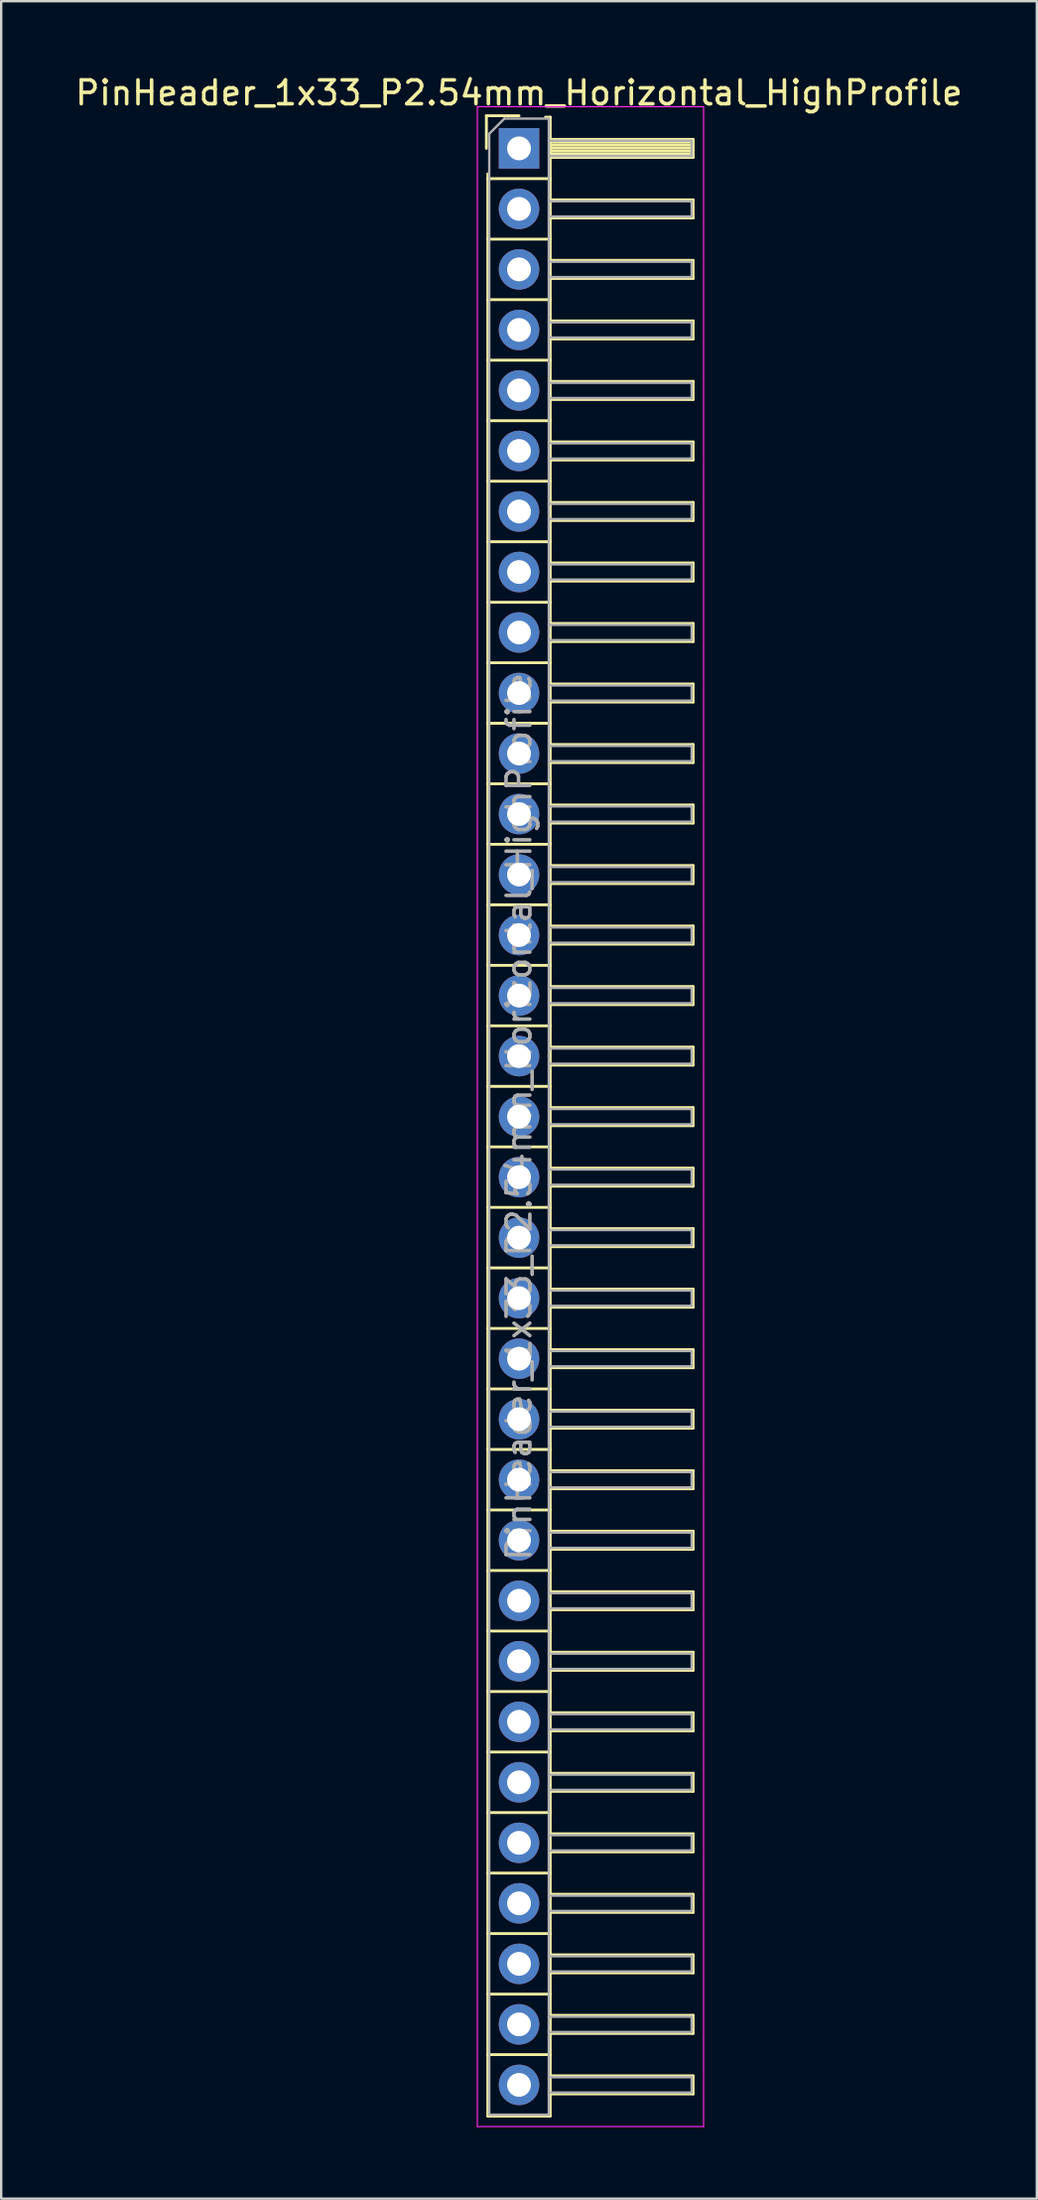
<source format=kicad_pcb>
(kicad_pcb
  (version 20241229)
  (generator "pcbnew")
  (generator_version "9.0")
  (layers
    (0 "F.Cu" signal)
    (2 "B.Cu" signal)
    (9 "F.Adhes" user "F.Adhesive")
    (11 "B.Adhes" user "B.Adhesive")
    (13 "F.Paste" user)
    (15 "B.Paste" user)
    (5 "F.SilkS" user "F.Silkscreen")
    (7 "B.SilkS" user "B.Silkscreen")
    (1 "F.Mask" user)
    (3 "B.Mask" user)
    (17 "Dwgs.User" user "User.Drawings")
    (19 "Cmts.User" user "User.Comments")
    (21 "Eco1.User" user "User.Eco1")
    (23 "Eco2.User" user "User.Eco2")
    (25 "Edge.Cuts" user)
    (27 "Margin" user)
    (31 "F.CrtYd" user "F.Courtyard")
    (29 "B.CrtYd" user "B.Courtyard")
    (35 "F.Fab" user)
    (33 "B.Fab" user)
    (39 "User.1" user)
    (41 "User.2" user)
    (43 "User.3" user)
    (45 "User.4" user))
  (footprint "PinHeader_1x33_P2.54mm_Horizontal_HighProfile"
    (layer "F.Cu")
    (at 18.744 3.178)
    (property "Reference" "PinHeader_1x33_P2.54mm_Horizontal_HighProfile" (at 0 -2.33 0) (layer "F.SilkS") (effects (font (size 1 1) (thickness 0.15))))
    (attr through_hole)
    (fp_line (start -1.37 -1.37) (end -1.37 0) (stroke (width 0.12) (type solid)) (layer "F.SilkS"))
    (fp_line (start -1.37 -1.37) (end 0 -1.37) (stroke (width 0.12) (type solid)) (layer "F.SilkS"))
    (fp_line (start -1.31 1.27) (end -1.31 1.07) (stroke (width 0.12) (type solid)) (layer "F.SilkS"))
    (fp_line (start -1.31 1.27) (end -1.31 3.81) (stroke (width 0.12) (type solid)) (layer "F.SilkS"))
    (fp_line (start -1.31 1.27) (end 1.31 1.27) (stroke (width 0.12) (type solid)) (layer "F.SilkS"))
    (fp_line (start -1.31 3.81) (end -1.31 6.35) (stroke (width 0.12) (type solid)) (layer "F.SilkS"))
    (fp_line (start -1.31 3.81) (end 1.31 3.81) (stroke (width 0.12) (type solid)) (layer "F.SilkS"))
    (fp_line (start -1.31 6.35) (end -1.31 8.89) (stroke (width 0.12) (type solid)) (layer "F.SilkS"))
    (fp_line (start -1.31 6.35) (end 1.31 6.35) (stroke (width 0.12) (type solid)) (layer "F.SilkS"))
    (fp_line (start -1.31 8.89) (end -1.31 11.43) (stroke (width 0.12) (type solid)) (layer "F.SilkS"))
    (fp_line (start -1.31 8.89) (end 1.31 8.89) (stroke (width 0.12) (type solid)) (layer "F.SilkS"))
    (fp_line (start -1.31 11.43) (end -1.31 13.97) (stroke (width 0.12) (type solid)) (layer "F.SilkS"))
    (fp_line (start -1.31 11.43) (end 1.31 11.43) (stroke (width 0.12) (type solid)) (layer "F.SilkS"))
    (fp_line (start -1.31 13.97) (end -1.31 16.51) (stroke (width 0.12) (type solid)) (layer "F.SilkS"))
    (fp_line (start -1.31 13.97) (end 1.31 13.97) (stroke (width 0.12) (type solid)) (layer "F.SilkS"))
    (fp_line (start -1.31 16.51) (end -1.31 19.05) (stroke (width 0.12) (type solid)) (layer "F.SilkS"))
    (fp_line (start -1.31 16.51) (end 1.31 16.51) (stroke (width 0.12) (type solid)) (layer "F.SilkS"))
    (fp_line (start -1.31 19.05) (end -1.31 21.59) (stroke (width 0.12) (type solid)) (layer "F.SilkS"))
    (fp_line (start -1.31 19.05) (end 1.31 19.05) (stroke (width 0.12) (type solid)) (layer "F.SilkS"))
    (fp_line (start -1.31 21.59) (end -1.31 24.13) (stroke (width 0.12) (type solid)) (layer "F.SilkS"))
    (fp_line (start -1.31 21.59) (end 1.31 21.59) (stroke (width 0.12) (type solid)) (layer "F.SilkS"))
    (fp_line (start -1.31 24.13) (end -1.31 26.67) (stroke (width 0.12) (type solid)) (layer "F.SilkS"))
    (fp_line (start -1.31 24.13) (end 1.31 24.13) (stroke (width 0.12) (type solid)) (layer "F.SilkS"))
    (fp_line (start -1.31 26.67) (end -1.31 29.21) (stroke (width 0.12) (type solid)) (layer "F.SilkS"))
    (fp_line (start -1.31 26.67) (end 1.31 26.67) (stroke (width 0.12) (type solid)) (layer "F.SilkS"))
    (fp_line (start -1.31 29.21) (end -1.31 31.75) (stroke (width 0.12) (type solid)) (layer "F.SilkS"))
    (fp_line (start -1.31 29.21) (end 1.31 29.21) (stroke (width 0.12) (type solid)) (layer "F.SilkS"))
    (fp_line (start -1.31 31.75) (end -1.31 34.29) (stroke (width 0.12) (type solid)) (layer "F.SilkS"))
    (fp_line (start -1.31 31.75) (end 1.31 31.75) (stroke (width 0.12) (type solid)) (layer "F.SilkS"))
    (fp_line (start -1.31 34.29) (end -1.31 36.83) (stroke (width 0.12) (type solid)) (layer "F.SilkS"))
    (fp_line (start -1.31 34.29) (end 1.31 34.29) (stroke (width 0.12) (type solid)) (layer "F.SilkS"))
    (fp_line (start -1.31 36.83) (end -1.31 39.37) (stroke (width 0.12) (type solid)) (layer "F.SilkS"))
    (fp_line (start -1.31 36.83) (end 1.31 36.83) (stroke (width 0.12) (type solid)) (layer "F.SilkS"))
    (fp_line (start -1.31 39.37) (end -1.31 41.91) (stroke (width 0.12) (type solid)) (layer "F.SilkS"))
    (fp_line (start -1.31 39.37) (end 1.31 39.37) (stroke (width 0.12) (type solid)) (layer "F.SilkS"))
    (fp_line (start -1.31 41.91) (end -1.31 44.45) (stroke (width 0.12) (type solid)) (layer "F.SilkS"))
    (fp_line (start -1.31 41.91) (end 1.31 41.91) (stroke (width 0.12) (type solid)) (layer "F.SilkS"))
    (fp_line (start -1.31 44.45) (end -1.31 46.99) (stroke (width 0.12) (type solid)) (layer "F.SilkS"))
    (fp_line (start -1.31 44.45) (end 1.31 44.45) (stroke (width 0.12) (type solid)) (layer "F.SilkS"))
    (fp_line (start -1.31 46.99) (end -1.31 49.53) (stroke (width 0.12) (type solid)) (layer "F.SilkS"))
    (fp_line (start -1.31 46.99) (end 1.31 46.99) (stroke (width 0.12) (type solid)) (layer "F.SilkS"))
    (fp_line (start -1.31 49.53) (end -1.31 52.07) (stroke (width 0.12) (type solid)) (layer "F.SilkS"))
    (fp_line (start -1.31 49.53) (end 1.31 49.53) (stroke (width 0.12) (type solid)) (layer "F.SilkS"))
    (fp_line (start -1.31 52.07) (end -1.31 54.61) (stroke (width 0.12) (type solid)) (layer "F.SilkS"))
    (fp_line (start -1.31 52.07) (end 1.31 52.07) (stroke (width 0.12) (type solid)) (layer "F.SilkS"))
    (fp_line (start -1.31 54.61) (end -1.31 57.15) (stroke (width 0.12) (type solid)) (layer "F.SilkS"))
    (fp_line (start -1.31 54.61) (end 1.31 54.61) (stroke (width 0.12) (type solid)) (layer "F.SilkS"))
    (fp_line (start -1.31 57.15) (end -1.31 59.69) (stroke (width 0.12) (type solid)) (layer "F.SilkS"))
    (fp_line (start -1.31 57.15) (end 1.31 57.15) (stroke (width 0.12) (type solid)) (layer "F.SilkS"))
    (fp_line (start -1.31 59.69) (end -1.31 62.23) (stroke (width 0.12) (type solid)) (layer "F.SilkS"))
    (fp_line (start -1.31 59.69) (end 1.31 59.69) (stroke (width 0.12) (type solid)) (layer "F.SilkS"))
    (fp_line (start -1.31 62.23) (end -1.31 64.77) (stroke (width 0.12) (type solid)) (layer "F.SilkS"))
    (fp_line (start -1.31 62.23) (end 1.31 62.23) (stroke (width 0.12) (type solid)) (layer "F.SilkS"))
    (fp_line (start -1.31 64.77) (end -1.31 67.31) (stroke (width 0.12) (type solid)) (layer "F.SilkS"))
    (fp_line (start -1.31 64.77) (end 1.31 64.77) (stroke (width 0.12) (type solid)) (layer "F.SilkS"))
    (fp_line (start -1.31 67.31) (end -1.31 69.85) (stroke (width 0.12) (type solid)) (layer "F.SilkS"))
    (fp_line (start -1.31 67.31) (end 1.31 67.31) (stroke (width 0.12) (type solid)) (layer "F.SilkS"))
    (fp_line (start -1.31 69.85) (end -1.31 72.39) (stroke (width 0.12) (type solid)) (layer "F.SilkS"))
    (fp_line (start -1.31 69.85) (end 1.31 69.85) (stroke (width 0.12) (type solid)) (layer "F.SilkS"))
    (fp_line (start -1.31 72.39) (end -1.31 74.93) (stroke (width 0.12) (type solid)) (layer "F.SilkS"))
    (fp_line (start -1.31 72.39) (end 1.31 72.39) (stroke (width 0.12) (type solid)) (layer "F.SilkS"))
    (fp_line (start -1.31 74.93) (end -1.31 77.47) (stroke (width 0.12) (type solid)) (layer "F.SilkS"))
    (fp_line (start -1.31 74.93) (end 1.31 74.93) (stroke (width 0.12) (type solid)) (layer "F.SilkS"))
    (fp_line (start -1.31 77.47) (end -1.31 80.01) (stroke (width 0.12) (type solid)) (layer "F.SilkS"))
    (fp_line (start -1.31 77.47) (end 1.31 77.47) (stroke (width 0.12) (type solid)) (layer "F.SilkS"))
    (fp_line (start -1.31 80.01) (end -1.31 82.59) (stroke (width 0.12) (type solid)) (layer "F.SilkS"))
    (fp_line (start -1.31 80.01) (end 1.31 80.01) (stroke (width 0.12) (type solid)) (layer "F.SilkS"))
    (fp_line (start -1.31 82.59) (end 1.31 82.59) (stroke (width 0.12) (type solid)) (layer "F.SilkS"))
    (fp_line (start 1.11 -1.31) (end 1.31 -1.31) (stroke (width 0.12) (type solid)) (layer "F.SilkS"))
    (fp_line (start 1.31 -1.31) (end 1.31 1.31) (stroke (width 0.12) (type solid)) (layer "F.SilkS"))
    (fp_line (start 1.31 -0.38) (end 7.31 -0.38) (stroke (width 0.12) (type solid)) (layer "F.SilkS"))
    (fp_line (start 1.31 -0.26) (end 7.31 -0.26) (stroke (width 0.12) (type solid)) (layer "F.SilkS"))
    (fp_line (start 1.31 -0.14) (end 7.31 -0.14) (stroke (width 0.12) (type solid)) (layer "F.SilkS"))
    (fp_line (start 1.31 -0.02) (end 7.31 -0.02) (stroke (width 0.12) (type solid)) (layer "F.SilkS"))
    (fp_line (start 1.31 0.1) (end 7.31 0.1) (stroke (width 0.12) (type solid)) (layer "F.SilkS"))
    (fp_line (start 1.31 0.22) (end 7.31 0.22) (stroke (width 0.12) (type solid)) (layer "F.SilkS"))
    (fp_line (start 1.31 0.34) (end 7.31 0.34) (stroke (width 0.12) (type solid)) (layer "F.SilkS"))
    (fp_line (start 1.31 0.38) (end 7.31 0.38) (stroke (width 0.12) (type solid)) (layer "F.SilkS"))
    (fp_line (start 1.31 1.27) (end 1.31 3.81) (stroke (width 0.12) (type solid)) (layer "F.SilkS"))
    (fp_line (start 1.31 2.16) (end 7.31 2.16) (stroke (width 0.12) (type solid)) (layer "F.SilkS"))
    (fp_line (start 1.31 2.92) (end 7.31 2.92) (stroke (width 0.12) (type solid)) (layer "F.SilkS"))
    (fp_line (start 1.31 3.81) (end 1.31 6.35) (stroke (width 0.12) (type solid)) (layer "F.SilkS"))
    (fp_line (start 1.31 4.7) (end 7.31 4.7) (stroke (width 0.12) (type solid)) (layer "F.SilkS"))
    (fp_line (start 1.31 5.46) (end 7.31 5.46) (stroke (width 0.12) (type solid)) (layer "F.SilkS"))
    (fp_line (start 1.31 6.35) (end 1.31 8.89) (stroke (width 0.12) (type solid)) (layer "F.SilkS"))
    (fp_line (start 1.31 7.24) (end 7.31 7.24) (stroke (width 0.12) (type solid)) (layer "F.SilkS"))
    (fp_line (start 1.31 8) (end 7.31 8) (stroke (width 0.12) (type solid)) (layer "F.SilkS"))
    (fp_line (start 1.31 8.89) (end 1.31 11.43) (stroke (width 0.12) (type solid)) (layer "F.SilkS"))
    (fp_line (start 1.31 9.78) (end 7.31 9.78) (stroke (width 0.12) (type solid)) (layer "F.SilkS"))
    (fp_line (start 1.31 10.54) (end 7.31 10.54) (stroke (width 0.12) (type solid)) (layer "F.SilkS"))
    (fp_line (start 1.31 11.43) (end 1.31 13.97) (stroke (width 0.12) (type solid)) (layer "F.SilkS"))
    (fp_line (start 1.31 12.32) (end 7.31 12.32) (stroke (width 0.12) (type solid)) (layer "F.SilkS"))
    (fp_line (start 1.31 13.08) (end 7.31 13.08) (stroke (width 0.12) (type solid)) (layer "F.SilkS"))
    (fp_line (start 1.31 13.97) (end 1.31 16.51) (stroke (width 0.12) (type solid)) (layer "F.SilkS"))
    (fp_line (start 1.31 14.86) (end 7.31 14.86) (stroke (width 0.12) (type solid)) (layer "F.SilkS"))
    (fp_line (start 1.31 15.62) (end 7.31 15.62) (stroke (width 0.12) (type solid)) (layer "F.SilkS"))
    (fp_line (start 1.31 16.51) (end 1.31 19.05) (stroke (width 0.12) (type solid)) (layer "F.SilkS"))
    (fp_line (start 1.31 17.4) (end 7.31 17.4) (stroke (width 0.12) (type solid)) (layer "F.SilkS"))
    (fp_line (start 1.31 18.16) (end 7.31 18.16) (stroke (width 0.12) (type solid)) (layer "F.SilkS"))
    (fp_line (start 1.31 19.05) (end 1.31 21.59) (stroke (width 0.12) (type solid)) (layer "F.SilkS"))
    (fp_line (start 1.31 19.94) (end 7.31 19.94) (stroke (width 0.12) (type solid)) (layer "F.SilkS"))
    (fp_line (start 1.31 20.7) (end 7.31 20.7) (stroke (width 0.12) (type solid)) (layer "F.SilkS"))
    (fp_line (start 1.31 21.59) (end 1.31 24.13) (stroke (width 0.12) (type solid)) (layer "F.SilkS"))
    (fp_line (start 1.31 22.48) (end 7.31 22.48) (stroke (width 0.12) (type solid)) (layer "F.SilkS"))
    (fp_line (start 1.31 23.24) (end 7.31 23.24) (stroke (width 0.12) (type solid)) (layer "F.SilkS"))
    (fp_line (start 1.31 24.13) (end 1.31 26.67) (stroke (width 0.12) (type solid)) (layer "F.SilkS"))
    (fp_line (start 1.31 25.02) (end 7.31 25.02) (stroke (width 0.12) (type solid)) (layer "F.SilkS"))
    (fp_line (start 1.31 25.78) (end 7.31 25.78) (stroke (width 0.12) (type solid)) (layer "F.SilkS"))
    (fp_line (start 1.31 26.67) (end 1.31 29.21) (stroke (width 0.12) (type solid)) (layer "F.SilkS"))
    (fp_line (start 1.31 27.56) (end 7.31 27.56) (stroke (width 0.12) (type solid)) (layer "F.SilkS"))
    (fp_line (start 1.31 28.32) (end 7.31 28.32) (stroke (width 0.12) (type solid)) (layer "F.SilkS"))
    (fp_line (start 1.31 29.21) (end 1.31 31.75) (stroke (width 0.12) (type solid)) (layer "F.SilkS"))
    (fp_line (start 1.31 30.1) (end 7.31 30.1) (stroke (width 0.12) (type solid)) (layer "F.SilkS"))
    (fp_line (start 1.31 30.86) (end 7.31 30.86) (stroke (width 0.12) (type solid)) (layer "F.SilkS"))
    (fp_line (start 1.31 31.75) (end 1.31 34.29) (stroke (width 0.12) (type solid)) (layer "F.SilkS"))
    (fp_line (start 1.31 32.64) (end 7.31 32.64) (stroke (width 0.12) (type solid)) (layer "F.SilkS"))
    (fp_line (start 1.31 33.4) (end 7.31 33.4) (stroke (width 0.12) (type solid)) (layer "F.SilkS"))
    (fp_line (start 1.31 34.29) (end 1.31 36.83) (stroke (width 0.12) (type solid)) (layer "F.SilkS"))
    (fp_line (start 1.31 35.18) (end 7.31 35.18) (stroke (width 0.12) (type solid)) (layer "F.SilkS"))
    (fp_line (start 1.31 35.94) (end 7.31 35.94) (stroke (width 0.12) (type solid)) (layer "F.SilkS"))
    (fp_line (start 1.31 36.83) (end 1.31 39.37) (stroke (width 0.12) (type solid)) (layer "F.SilkS"))
    (fp_line (start 1.31 37.72) (end 7.31 37.72) (stroke (width 0.12) (type solid)) (layer "F.SilkS"))
    (fp_line (start 1.31 38.48) (end 7.31 38.48) (stroke (width 0.12) (type solid)) (layer "F.SilkS"))
    (fp_line (start 1.31 39.37) (end 1.31 41.91) (stroke (width 0.12) (type solid)) (layer "F.SilkS"))
    (fp_line (start 1.31 40.26) (end 7.31 40.26) (stroke (width 0.12) (type solid)) (layer "F.SilkS"))
    (fp_line (start 1.31 41.02) (end 7.31 41.02) (stroke (width 0.12) (type solid)) (layer "F.SilkS"))
    (fp_line (start 1.31 41.91) (end 1.31 44.45) (stroke (width 0.12) (type solid)) (layer "F.SilkS"))
    (fp_line (start 1.31 42.8) (end 7.31 42.8) (stroke (width 0.12) (type solid)) (layer "F.SilkS"))
    (fp_line (start 1.31 43.56) (end 7.31 43.56) (stroke (width 0.12) (type solid)) (layer "F.SilkS"))
    (fp_line (start 1.31 44.45) (end 1.31 46.99) (stroke (width 0.12) (type solid)) (layer "F.SilkS"))
    (fp_line (start 1.31 45.34) (end 7.31 45.34) (stroke (width 0.12) (type solid)) (layer "F.SilkS"))
    (fp_line (start 1.31 46.1) (end 7.31 46.1) (stroke (width 0.12) (type solid)) (layer "F.SilkS"))
    (fp_line (start 1.31 46.99) (end 1.31 49.53) (stroke (width 0.12) (type solid)) (layer "F.SilkS"))
    (fp_line (start 1.31 47.88) (end 7.31 47.88) (stroke (width 0.12) (type solid)) (layer "F.SilkS"))
    (fp_line (start 1.31 48.64) (end 7.31 48.64) (stroke (width 0.12) (type solid)) (layer "F.SilkS"))
    (fp_line (start 1.31 49.53) (end 1.31 52.07) (stroke (width 0.12) (type solid)) (layer "F.SilkS"))
    (fp_line (start 1.31 50.42) (end 7.31 50.42) (stroke (width 0.12) (type solid)) (layer "F.SilkS"))
    (fp_line (start 1.31 51.18) (end 7.31 51.18) (stroke (width 0.12) (type solid)) (layer "F.SilkS"))
    (fp_line (start 1.31 52.07) (end 1.31 54.61) (stroke (width 0.12) (type solid)) (layer "F.SilkS"))
    (fp_line (start 1.31 52.96) (end 7.31 52.96) (stroke (width 0.12) (type solid)) (layer "F.SilkS"))
    (fp_line (start 1.31 53.72) (end 7.31 53.72) (stroke (width 0.12) (type solid)) (layer "F.SilkS"))
    (fp_line (start 1.31 54.61) (end 1.31 57.15) (stroke (width 0.12) (type solid)) (layer "F.SilkS"))
    (fp_line (start 1.31 55.5) (end 7.31 55.5) (stroke (width 0.12) (type solid)) (layer "F.SilkS"))
    (fp_line (start 1.31 56.26) (end 7.31 56.26) (stroke (width 0.12) (type solid)) (layer "F.SilkS"))
    (fp_line (start 1.31 57.15) (end 1.31 59.69) (stroke (width 0.12) (type solid)) (layer "F.SilkS"))
    (fp_line (start 1.31 58.04) (end 7.31 58.04) (stroke (width 0.12) (type solid)) (layer "F.SilkS"))
    (fp_line (start 1.31 58.8) (end 7.31 58.8) (stroke (width 0.12) (type solid)) (layer "F.SilkS"))
    (fp_line (start 1.31 59.69) (end 1.31 62.23) (stroke (width 0.12) (type solid)) (layer "F.SilkS"))
    (fp_line (start 1.31 60.58) (end 7.31 60.58) (stroke (width 0.12) (type solid)) (layer "F.SilkS"))
    (fp_line (start 1.31 61.34) (end 7.31 61.34) (stroke (width 0.12) (type solid)) (layer "F.SilkS"))
    (fp_line (start 1.31 62.23) (end 1.31 64.77) (stroke (width 0.12) (type solid)) (layer "F.SilkS"))
    (fp_line (start 1.31 63.12) (end 7.31 63.12) (stroke (width 0.12) (type solid)) (layer "F.SilkS"))
    (fp_line (start 1.31 63.88) (end 7.31 63.88) (stroke (width 0.12) (type solid)) (layer "F.SilkS"))
    (fp_line (start 1.31 64.77) (end 1.31 67.31) (stroke (width 0.12) (type solid)) (layer "F.SilkS"))
    (fp_line (start 1.31 65.66) (end 7.31 65.66) (stroke (width 0.12) (type solid)) (layer "F.SilkS"))
    (fp_line (start 1.31 66.42) (end 7.31 66.42) (stroke (width 0.12) (type solid)) (layer "F.SilkS"))
    (fp_line (start 1.31 67.31) (end 1.31 69.85) (stroke (width 0.12) (type solid)) (layer "F.SilkS"))
    (fp_line (start 1.31 68.2) (end 7.31 68.2) (stroke (width 0.12) (type solid)) (layer "F.SilkS"))
    (fp_line (start 1.31 68.96) (end 7.31 68.96) (stroke (width 0.12) (type solid)) (layer "F.SilkS"))
    (fp_line (start 1.31 69.85) (end 1.31 72.39) (stroke (width 0.12) (type solid)) (layer "F.SilkS"))
    (fp_line (start 1.31 70.74) (end 7.31 70.74) (stroke (width 0.12) (type solid)) (layer "F.SilkS"))
    (fp_line (start 1.31 71.5) (end 7.31 71.5) (stroke (width 0.12) (type solid)) (layer "F.SilkS"))
    (fp_line (start 1.31 72.39) (end 1.31 74.93) (stroke (width 0.12) (type solid)) (layer "F.SilkS"))
    (fp_line (start 1.31 73.28) (end 7.31 73.28) (stroke (width 0.12) (type solid)) (layer "F.SilkS"))
    (fp_line (start 1.31 74.04) (end 7.31 74.04) (stroke (width 0.12) (type solid)) (layer "F.SilkS"))
    (fp_line (start 1.31 74.93) (end 1.31 77.47) (stroke (width 0.12) (type solid)) (layer "F.SilkS"))
    (fp_line (start 1.31 75.82) (end 7.31 75.82) (stroke (width 0.12) (type solid)) (layer "F.SilkS"))
    (fp_line (start 1.31 76.58) (end 7.31 76.58) (stroke (width 0.12) (type solid)) (layer "F.SilkS"))
    (fp_line (start 1.31 77.47) (end 1.31 80.01) (stroke (width 0.12) (type solid)) (layer "F.SilkS"))
    (fp_line (start 1.31 78.36) (end 7.31 78.36) (stroke (width 0.12) (type solid)) (layer "F.SilkS"))
    (fp_line (start 1.31 79.12) (end 7.31 79.12) (stroke (width 0.12) (type solid)) (layer "F.SilkS"))
    (fp_line (start 1.31 80.01) (end 1.31 82.59) (stroke (width 0.12) (type solid)) (layer "F.SilkS"))
    (fp_line (start 1.31 80.9) (end 7.31 80.9) (stroke (width 0.12) (type solid)) (layer "F.SilkS"))
    (fp_line (start 1.31 81.66) (end 7.31 81.66) (stroke (width 0.12) (type solid)) (layer "F.SilkS"))
    (fp_line (start 7.31 -0.38) (end 7.31 0.38) (stroke (width 0.12) (type solid)) (layer "F.SilkS"))
    (fp_line (start 7.31 2.16) (end 7.31 2.92) (stroke (width 0.12) (type solid)) (layer "F.SilkS"))
    (fp_line (start 7.31 4.7) (end 7.31 5.46) (stroke (width 0.12) (type solid)) (layer "F.SilkS"))
    (fp_line (start 7.31 7.24) (end 7.31 8) (stroke (width 0.12) (type solid)) (layer "F.SilkS"))
    (fp_line (start 7.31 9.78) (end 7.31 10.54) (stroke (width 0.12) (type solid)) (layer "F.SilkS"))
    (fp_line (start 7.31 12.32) (end 7.31 13.08) (stroke (width 0.12) (type solid)) (layer "F.SilkS"))
    (fp_line (start 7.31 14.86) (end 7.31 15.62) (stroke (width 0.12) (type solid)) (layer "F.SilkS"))
    (fp_line (start 7.31 17.4) (end 7.31 18.16) (stroke (width 0.12) (type solid)) (layer "F.SilkS"))
    (fp_line (start 7.31 19.94) (end 7.31 20.7) (stroke (width 0.12) (type solid)) (layer "F.SilkS"))
    (fp_line (start 7.31 22.48) (end 7.31 23.24) (stroke (width 0.12) (type solid)) (layer "F.SilkS"))
    (fp_line (start 7.31 25.02) (end 7.31 25.78) (stroke (width 0.12) (type solid)) (layer "F.SilkS"))
    (fp_line (start 7.31 27.56) (end 7.31 28.32) (stroke (width 0.12) (type solid)) (layer "F.SilkS"))
    (fp_line (start 7.31 30.1) (end 7.31 30.86) (stroke (width 0.12) (type solid)) (layer "F.SilkS"))
    (fp_line (start 7.31 32.64) (end 7.31 33.4) (stroke (width 0.12) (type solid)) (layer "F.SilkS"))
    (fp_line (start 7.31 35.18) (end 7.31 35.94) (stroke (width 0.12) (type solid)) (layer "F.SilkS"))
    (fp_line (start 7.31 37.72) (end 7.31 38.48) (stroke (width 0.12) (type solid)) (layer "F.SilkS"))
    (fp_line (start 7.31 40.26) (end 7.31 41.02) (stroke (width 0.12) (type solid)) (layer "F.SilkS"))
    (fp_line (start 7.31 42.8) (end 7.31 43.56) (stroke (width 0.12) (type solid)) (layer "F.SilkS"))
    (fp_line (start 7.31 45.34) (end 7.31 46.1) (stroke (width 0.12) (type solid)) (layer "F.SilkS"))
    (fp_line (start 7.31 47.88) (end 7.31 48.64) (stroke (width 0.12) (type solid)) (layer "F.SilkS"))
    (fp_line (start 7.31 50.42) (end 7.31 51.18) (stroke (width 0.12) (type solid)) (layer "F.SilkS"))
    (fp_line (start 7.31 52.96) (end 7.31 53.72) (stroke (width 0.12) (type solid)) (layer "F.SilkS"))
    (fp_line (start 7.31 55.5) (end 7.31 56.26) (stroke (width 0.12) (type solid)) (layer "F.SilkS"))
    (fp_line (start 7.31 58.04) (end 7.31 58.8) (stroke (width 0.12) (type solid)) (layer "F.SilkS"))
    (fp_line (start 7.31 60.58) (end 7.31 61.34) (stroke (width 0.12) (type solid)) (layer "F.SilkS"))
    (fp_line (start 7.31 63.12) (end 7.31 63.88) (stroke (width 0.12) (type solid)) (layer "F.SilkS"))
    (fp_line (start 7.31 65.66) (end 7.31 66.42) (stroke (width 0.12) (type solid)) (layer "F.SilkS"))
    (fp_line (start 7.31 68.2) (end 7.31 68.96) (stroke (width 0.12) (type solid)) (layer "F.SilkS"))
    (fp_line (start 7.31 70.74) (end 7.31 71.5) (stroke (width 0.12) (type solid)) (layer "F.SilkS"))
    (fp_line (start 7.31 73.28) (end 7.31 74.04) (stroke (width 0.12) (type solid)) (layer "F.SilkS"))
    (fp_line (start 7.31 75.82) (end 7.31 76.58) (stroke (width 0.12) (type solid)) (layer "F.SilkS"))
    (fp_line (start 7.31 78.36) (end 7.31 79.12) (stroke (width 0.12) (type solid)) (layer "F.SilkS"))
    (fp_line (start 7.31 80.9) (end 7.31 81.66) (stroke (width 0.12) (type solid)) (layer "F.SilkS"))
    (fp_line (start -1.75 -1.75) (end -1.75 83.03) (stroke (width 0.05) (type solid)) (layer "F.CrtYd"))
    (fp_line (start -1.75 -1.75) (end 7.75 -1.75) (stroke (width 0.05) (type solid)) (layer "F.CrtYd"))
    (fp_line (start -1.75 83.03) (end 7.75 83.03) (stroke (width 0.05) (type solid)) (layer "F.CrtYd"))
    (fp_line (start 7.75 -1.75) (end 7.75 83.03) (stroke (width 0.05) (type solid)) (layer "F.CrtYd"))
    (fp_line (start -1.25 -0.615) (end -1.25 82.53) (stroke (width 0.1) (type solid)) (layer "F.Fab"))
    (fp_line (start -1.25 -0.615) (end -0.615 -1.25) (stroke (width 0.1) (type solid)) (layer "F.Fab"))
    (fp_line (start -1.25 82.53) (end 1.25 82.53) (stroke (width 0.1) (type solid)) (layer "F.Fab"))
    (fp_line (start -0.615 -1.25) (end 1.25 -1.25) (stroke (width 0.1) (type solid)) (layer "F.Fab"))
    (fp_line (start 1.25 -1.25) (end 1.25 82.53) (stroke (width 0.1) (type solid)) (layer "F.Fab"))
    (fp_line (start 1.25 -0.32) (end 7.25 -0.32) (stroke (width 0.1) (type solid)) (layer "F.Fab"))
    (fp_line (start 1.25 0.32) (end 7.25 0.32) (stroke (width 0.1) (type solid)) (layer "F.Fab"))
    (fp_line (start 1.25 2.22) (end 7.25 2.22) (stroke (width 0.1) (type solid)) (layer "F.Fab"))
    (fp_line (start 1.25 2.86) (end 7.25 2.86) (stroke (width 0.1) (type solid)) (layer "F.Fab"))
    (fp_line (start 1.25 4.76) (end 7.25 4.76) (stroke (width 0.1) (type solid)) (layer "F.Fab"))
    (fp_line (start 1.25 5.4) (end 7.25 5.4) (stroke (width 0.1) (type solid)) (layer "F.Fab"))
    (fp_line (start 1.25 7.3) (end 7.25 7.3) (stroke (width 0.1) (type solid)) (layer "F.Fab"))
    (fp_line (start 1.25 7.94) (end 7.25 7.94) (stroke (width 0.1) (type solid)) (layer "F.Fab"))
    (fp_line (start 1.25 9.84) (end 7.25 9.84) (stroke (width 0.1) (type solid)) (layer "F.Fab"))
    (fp_line (start 1.25 10.48) (end 7.25 10.48) (stroke (width 0.1) (type solid)) (layer "F.Fab"))
    (fp_line (start 1.25 12.38) (end 7.25 12.38) (stroke (width 0.1) (type solid)) (layer "F.Fab"))
    (fp_line (start 1.25 13.02) (end 7.25 13.02) (stroke (width 0.1) (type solid)) (layer "F.Fab"))
    (fp_line (start 1.25 14.92) (end 7.25 14.92) (stroke (width 0.1) (type solid)) (layer "F.Fab"))
    (fp_line (start 1.25 15.56) (end 7.25 15.56) (stroke (width 0.1) (type solid)) (layer "F.Fab"))
    (fp_line (start 1.25 17.46) (end 7.25 17.46) (stroke (width 0.1) (type solid)) (layer "F.Fab"))
    (fp_line (start 1.25 18.1) (end 7.25 18.1) (stroke (width 0.1) (type solid)) (layer "F.Fab"))
    (fp_line (start 1.25 20) (end 7.25 20) (stroke (width 0.1) (type solid)) (layer "F.Fab"))
    (fp_line (start 1.25 20.64) (end 7.25 20.64) (stroke (width 0.1) (type solid)) (layer "F.Fab"))
    (fp_line (start 1.25 22.54) (end 7.25 22.54) (stroke (width 0.1) (type solid)) (layer "F.Fab"))
    (fp_line (start 1.25 23.18) (end 7.25 23.18) (stroke (width 0.1) (type solid)) (layer "F.Fab"))
    (fp_line (start 1.25 25.08) (end 7.25 25.08) (stroke (width 0.1) (type solid)) (layer "F.Fab"))
    (fp_line (start 1.25 25.72) (end 7.25 25.72) (stroke (width 0.1) (type solid)) (layer "F.Fab"))
    (fp_line (start 1.25 27.62) (end 7.25 27.62) (stroke (width 0.1) (type solid)) (layer "F.Fab"))
    (fp_line (start 1.25 28.26) (end 7.25 28.26) (stroke (width 0.1) (type solid)) (layer "F.Fab"))
    (fp_line (start 1.25 30.16) (end 7.25 30.16) (stroke (width 0.1) (type solid)) (layer "F.Fab"))
    (fp_line (start 1.25 30.8) (end 7.25 30.8) (stroke (width 0.1) (type solid)) (layer "F.Fab"))
    (fp_line (start 1.25 32.7) (end 7.25 32.7) (stroke (width 0.1) (type solid)) (layer "F.Fab"))
    (fp_line (start 1.25 33.34) (end 7.25 33.34) (stroke (width 0.1) (type solid)) (layer "F.Fab"))
    (fp_line (start 1.25 35.24) (end 7.25 35.24) (stroke (width 0.1) (type solid)) (layer "F.Fab"))
    (fp_line (start 1.25 35.88) (end 7.25 35.88) (stroke (width 0.1) (type solid)) (layer "F.Fab"))
    (fp_line (start 1.25 37.78) (end 7.25 37.78) (stroke (width 0.1) (type solid)) (layer "F.Fab"))
    (fp_line (start 1.25 38.42) (end 7.25 38.42) (stroke (width 0.1) (type solid)) (layer "F.Fab"))
    (fp_line (start 1.25 40.32) (end 7.25 40.32) (stroke (width 0.1) (type solid)) (layer "F.Fab"))
    (fp_line (start 1.25 40.96) (end 7.25 40.96) (stroke (width 0.1) (type solid)) (layer "F.Fab"))
    (fp_line (start 1.25 42.86) (end 7.25 42.86) (stroke (width 0.1) (type solid)) (layer "F.Fab"))
    (fp_line (start 1.25 43.5) (end 7.25 43.5) (stroke (width 0.1) (type solid)) (layer "F.Fab"))
    (fp_line (start 1.25 45.4) (end 7.25 45.4) (stroke (width 0.1) (type solid)) (layer "F.Fab"))
    (fp_line (start 1.25 46.04) (end 7.25 46.04) (stroke (width 0.1) (type solid)) (layer "F.Fab"))
    (fp_line (start 1.25 47.94) (end 7.25 47.94) (stroke (width 0.1) (type solid)) (layer "F.Fab"))
    (fp_line (start 1.25 48.58) (end 7.25 48.58) (stroke (width 0.1) (type solid)) (layer "F.Fab"))
    (fp_line (start 1.25 50.48) (end 7.25 50.48) (stroke (width 0.1) (type solid)) (layer "F.Fab"))
    (fp_line (start 1.25 51.12) (end 7.25 51.12) (stroke (width 0.1) (type solid)) (layer "F.Fab"))
    (fp_line (start 1.25 53.02) (end 7.25 53.02) (stroke (width 0.1) (type solid)) (layer "F.Fab"))
    (fp_line (start 1.25 53.66) (end 7.25 53.66) (stroke (width 0.1) (type solid)) (layer "F.Fab"))
    (fp_line (start 1.25 55.56) (end 7.25 55.56) (stroke (width 0.1) (type solid)) (layer "F.Fab"))
    (fp_line (start 1.25 56.2) (end 7.25 56.2) (stroke (width 0.1) (type solid)) (layer "F.Fab"))
    (fp_line (start 1.25 58.1) (end 7.25 58.1) (stroke (width 0.1) (type solid)) (layer "F.Fab"))
    (fp_line (start 1.25 58.74) (end 7.25 58.74) (stroke (width 0.1) (type solid)) (layer "F.Fab"))
    (fp_line (start 1.25 60.64) (end 7.25 60.64) (stroke (width 0.1) (type solid)) (layer "F.Fab"))
    (fp_line (start 1.25 61.28) (end 7.25 61.28) (stroke (width 0.1) (type solid)) (layer "F.Fab"))
    (fp_line (start 1.25 63.18) (end 7.25 63.18) (stroke (width 0.1) (type solid)) (layer "F.Fab"))
    (fp_line (start 1.25 63.82) (end 7.25 63.82) (stroke (width 0.1) (type solid)) (layer "F.Fab"))
    (fp_line (start 1.25 65.72) (end 7.25 65.72) (stroke (width 0.1) (type solid)) (layer "F.Fab"))
    (fp_line (start 1.25 66.36) (end 7.25 66.36) (stroke (width 0.1) (type solid)) (layer "F.Fab"))
    (fp_line (start 1.25 68.26) (end 7.25 68.26) (stroke (width 0.1) (type solid)) (layer "F.Fab"))
    (fp_line (start 1.25 68.9) (end 7.25 68.9) (stroke (width 0.1) (type solid)) (layer "F.Fab"))
    (fp_line (start 1.25 70.8) (end 7.25 70.8) (stroke (width 0.1) (type solid)) (layer "F.Fab"))
    (fp_line (start 1.25 71.44) (end 7.25 71.44) (stroke (width 0.1) (type solid)) (layer "F.Fab"))
    (fp_line (start 1.25 73.34) (end 7.25 73.34) (stroke (width 0.1) (type solid)) (layer "F.Fab"))
    (fp_line (start 1.25 73.98) (end 7.25 73.98) (stroke (width 0.1) (type solid)) (layer "F.Fab"))
    (fp_line (start 1.25 75.88) (end 7.25 75.88) (stroke (width 0.1) (type solid)) (layer "F.Fab"))
    (fp_line (start 1.25 76.52) (end 7.25 76.52) (stroke (width 0.1) (type solid)) (layer "F.Fab"))
    (fp_line (start 1.25 78.42) (end 7.25 78.42) (stroke (width 0.1) (type solid)) (layer "F.Fab"))
    (fp_line (start 1.25 79.06) (end 7.25 79.06) (stroke (width 0.1) (type solid)) (layer "F.Fab"))
    (fp_line (start 1.25 80.96) (end 7.25 80.96) (stroke (width 0.1) (type solid)) (layer "F.Fab"))
    (fp_line (start 1.25 81.6) (end 7.25 81.6) (stroke (width 0.1) (type solid)) (layer "F.Fab"))
    (fp_line (start 7.25 -0.32) (end 7.25 0.32) (stroke (width 0.1) (type solid)) (layer "F.Fab"))
    (fp_line (start 7.25 2.22) (end 7.25 2.86) (stroke (width 0.1) (type solid)) (layer "F.Fab"))
    (fp_line (start 7.25 4.76) (end 7.25 5.4) (stroke (width 0.1) (type solid)) (layer "F.Fab"))
    (fp_line (start 7.25 7.3) (end 7.25 7.94) (stroke (width 0.1) (type solid)) (layer "F.Fab"))
    (fp_line (start 7.25 9.84) (end 7.25 10.48) (stroke (width 0.1) (type solid)) (layer "F.Fab"))
    (fp_line (start 7.25 12.38) (end 7.25 13.02) (stroke (width 0.1) (type solid)) (layer "F.Fab"))
    (fp_line (start 7.25 14.92) (end 7.25 15.56) (stroke (width 0.1) (type solid)) (layer "F.Fab"))
    (fp_line (start 7.25 17.46) (end 7.25 18.1) (stroke (width 0.1) (type solid)) (layer "F.Fab"))
    (fp_line (start 7.25 20) (end 7.25 20.64) (stroke (width 0.1) (type solid)) (layer "F.Fab"))
    (fp_line (start 7.25 22.54) (end 7.25 23.18) (stroke (width 0.1) (type solid)) (layer "F.Fab"))
    (fp_line (start 7.25 25.08) (end 7.25 25.72) (stroke (width 0.1) (type solid)) (layer "F.Fab"))
    (fp_line (start 7.25 27.62) (end 7.25 28.26) (stroke (width 0.1) (type solid)) (layer "F.Fab"))
    (fp_line (start 7.25 30.16) (end 7.25 30.8) (stroke (width 0.1) (type solid)) (layer "F.Fab"))
    (fp_line (start 7.25 32.7) (end 7.25 33.34) (stroke (width 0.1) (type solid)) (layer "F.Fab"))
    (fp_line (start 7.25 35.24) (end 7.25 35.88) (stroke (width 0.1) (type solid)) (layer "F.Fab"))
    (fp_line (start 7.25 37.78) (end 7.25 38.42) (stroke (width 0.1) (type solid)) (layer "F.Fab"))
    (fp_line (start 7.25 40.32) (end 7.25 40.96) (stroke (width 0.1) (type solid)) (layer "F.Fab"))
    (fp_line (start 7.25 42.86) (end 7.25 43.5) (stroke (width 0.1) (type solid)) (layer "F.Fab"))
    (fp_line (start 7.25 45.4) (end 7.25 46.04) (stroke (width 0.1) (type solid)) (layer "F.Fab"))
    (fp_line (start 7.25 47.94) (end 7.25 48.58) (stroke (width 0.1) (type solid)) (layer "F.Fab"))
    (fp_line (start 7.25 50.48) (end 7.25 51.12) (stroke (width 0.1) (type solid)) (layer "F.Fab"))
    (fp_line (start 7.25 53.02) (end 7.25 53.66) (stroke (width 0.1) (type solid)) (layer "F.Fab"))
    (fp_line (start 7.25 55.56) (end 7.25 56.2) (stroke (width 0.1) (type solid)) (layer "F.Fab"))
    (fp_line (start 7.25 58.1) (end 7.25 58.74) (stroke (width 0.1) (type solid)) (layer "F.Fab"))
    (fp_line (start 7.25 60.64) (end 7.25 61.28) (stroke (width 0.1) (type solid)) (layer "F.Fab"))
    (fp_line (start 7.25 63.18) (end 7.25 63.82) (stroke (width 0.1) (type solid)) (layer "F.Fab"))
    (fp_line (start 7.25 65.72) (end 7.25 66.36) (stroke (width 0.1) (type solid)) (layer "F.Fab"))
    (fp_line (start 7.25 68.26) (end 7.25 68.9) (stroke (width 0.1) (type solid)) (layer "F.Fab"))
    (fp_line (start 7.25 70.8) (end 7.25 71.44) (stroke (width 0.1) (type solid)) (layer "F.Fab"))
    (fp_line (start 7.25 73.34) (end 7.25 73.98) (stroke (width 0.1) (type solid)) (layer "F.Fab"))
    (fp_line (start 7.25 75.88) (end 7.25 76.52) (stroke (width 0.1) (type solid)) (layer "F.Fab"))
    (fp_line (start 7.25 78.42) (end 7.25 79.06) (stroke (width 0.1) (type solid)) (layer "F.Fab"))
    (fp_line (start 7.25 80.96) (end 7.25 81.6) (stroke (width 0.1) (type solid)) (layer "F.Fab"))
    (fp_text user "${REFERENCE}" (at 0 40.64 90) (layer "F.Fab") (effects (font (size 1 1) (thickness 0.15))))
    (pad "1" thru_hole rect (at 0 0) (size 1.7 1.7) (drill 1) (layers "*.Cu" "*.Mask"))
    (pad "2" thru_hole oval (at 0 2.54) (size 1.7 1.7) (drill 1) (layers "*.Cu" "*.Mask"))
    (pad "3" thru_hole oval (at 0 5.08) (size 1.7 1.7) (drill 1) (layers "*.Cu" "*.Mask"))
    (pad "4" thru_hole oval (at 0 7.62) (size 1.7 1.7) (drill 1) (layers "*.Cu" "*.Mask"))
    (pad "5" thru_hole oval (at 0 10.16) (size 1.7 1.7) (drill 1) (layers "*.Cu" "*.Mask"))
    (pad "6" thru_hole oval (at 0 12.7) (size 1.7 1.7) (drill 1) (layers "*.Cu" "*.Mask"))
    (pad "7" thru_hole oval (at 0 15.24) (size 1.7 1.7) (drill 1) (layers "*.Cu" "*.Mask"))
    (pad "8" thru_hole oval (at 0 17.78) (size 1.7 1.7) (drill 1) (layers "*.Cu" "*.Mask"))
    (pad "9" thru_hole oval (at 0 20.32) (size 1.7 1.7) (drill 1) (layers "*.Cu" "*.Mask"))
    (pad "10" thru_hole oval (at 0 22.86) (size 1.7 1.7) (drill 1) (layers "*.Cu" "*.Mask"))
    (pad "11" thru_hole oval (at 0 25.4) (size 1.7 1.7) (drill 1) (layers "*.Cu" "*.Mask"))
    (pad "12" thru_hole oval (at 0 27.94) (size 1.7 1.7) (drill 1) (layers "*.Cu" "*.Mask"))
    (pad "13" thru_hole oval (at 0 30.48) (size 1.7 1.7) (drill 1) (layers "*.Cu" "*.Mask"))
    (pad "14" thru_hole oval (at 0 33.02) (size 1.7 1.7) (drill 1) (layers "*.Cu" "*.Mask"))
    (pad "15" thru_hole oval (at 0 35.56) (size 1.7 1.7) (drill 1) (layers "*.Cu" "*.Mask"))
    (pad "16" thru_hole oval (at 0 38.1) (size 1.7 1.7) (drill 1) (layers "*.Cu" "*.Mask"))
    (pad "17" thru_hole oval (at 0 40.64) (size 1.7 1.7) (drill 1) (layers "*.Cu" "*.Mask"))
    (pad "18" thru_hole oval (at 0 43.18) (size 1.7 1.7) (drill 1) (layers "*.Cu" "*.Mask"))
    (pad "19" thru_hole oval (at 0 45.72) (size 1.7 1.7) (drill 1) (layers "*.Cu" "*.Mask"))
    (pad "20" thru_hole oval (at 0 48.26) (size 1.7 1.7) (drill 1) (layers "*.Cu" "*.Mask"))
    (pad "21" thru_hole oval (at 0 50.8) (size 1.7 1.7) (drill 1) (layers "*.Cu" "*.Mask"))
    (pad "22" thru_hole oval (at 0 53.34) (size 1.7 1.7) (drill 1) (layers "*.Cu" "*.Mask"))
    (pad "23" thru_hole oval (at 0 55.88) (size 1.7 1.7) (drill 1) (layers "*.Cu" "*.Mask"))
    (pad "24" thru_hole oval (at 0 58.42) (size 1.7 1.7) (drill 1) (layers "*.Cu" "*.Mask"))
    (pad "25" thru_hole oval (at 0 60.96) (size 1.7 1.7) (drill 1) (layers "*.Cu" "*.Mask"))
    (pad "26" thru_hole oval (at 0 63.5) (size 1.7 1.7) (drill 1) (layers "*.Cu" "*.Mask"))
    (pad "27" thru_hole oval (at 0 66.04) (size 1.7 1.7) (drill 1) (layers "*.Cu" "*.Mask"))
    (pad "28" thru_hole oval (at 0 68.58) (size 1.7 1.7) (drill 1) (layers "*.Cu" "*.Mask"))
    (pad "29" thru_hole oval (at 0 71.12) (size 1.7 1.7) (drill 1) (layers "*.Cu" "*.Mask"))
    (pad "30" thru_hole oval (at 0 73.66) (size 1.7 1.7) (drill 1) (layers "*.Cu" "*.Mask"))
    (pad "31" thru_hole oval (at 0 76.2) (size 1.7 1.7) (drill 1) (layers "*.Cu" "*.Mask"))
    (pad "32" thru_hole oval (at 0 78.74) (size 1.7 1.7) (drill 1) (layers "*.Cu" "*.Mask"))
    (pad "33" thru_hole oval (at 0 81.28) (size 1.7 1.7) (drill 1) (layers "*.Cu" "*.Mask")))
  (gr_rect
    (start -3 -3)
    (end 40.488 89.233)
    (stroke (width 0.1) (type default))
    (fill no)
    (layer "Edge.Cuts")))
</source>
